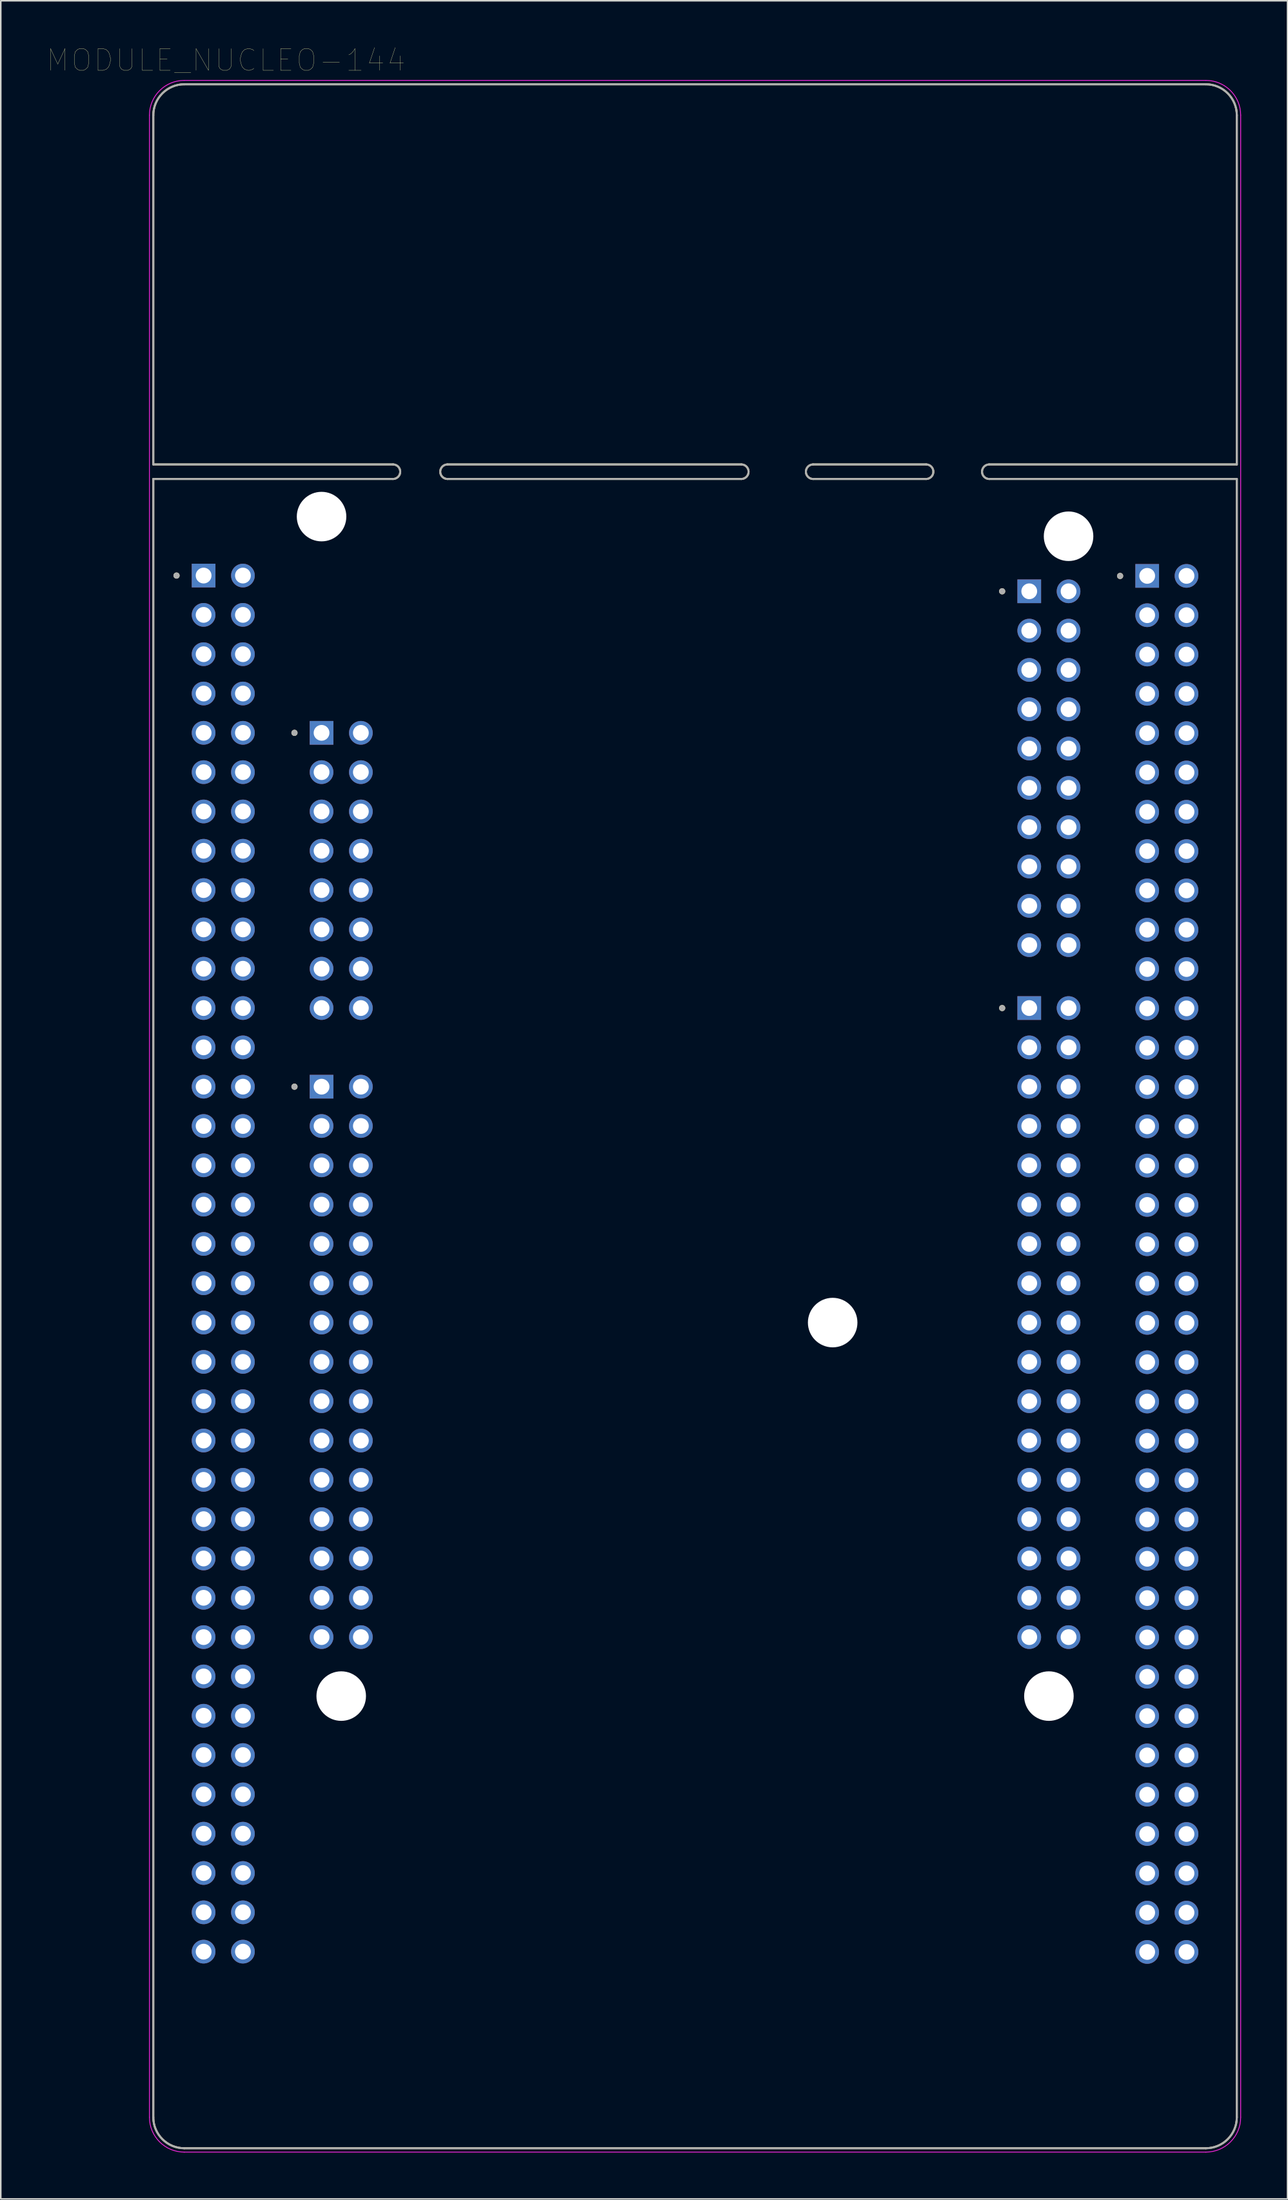
<source format=kicad_pcb>
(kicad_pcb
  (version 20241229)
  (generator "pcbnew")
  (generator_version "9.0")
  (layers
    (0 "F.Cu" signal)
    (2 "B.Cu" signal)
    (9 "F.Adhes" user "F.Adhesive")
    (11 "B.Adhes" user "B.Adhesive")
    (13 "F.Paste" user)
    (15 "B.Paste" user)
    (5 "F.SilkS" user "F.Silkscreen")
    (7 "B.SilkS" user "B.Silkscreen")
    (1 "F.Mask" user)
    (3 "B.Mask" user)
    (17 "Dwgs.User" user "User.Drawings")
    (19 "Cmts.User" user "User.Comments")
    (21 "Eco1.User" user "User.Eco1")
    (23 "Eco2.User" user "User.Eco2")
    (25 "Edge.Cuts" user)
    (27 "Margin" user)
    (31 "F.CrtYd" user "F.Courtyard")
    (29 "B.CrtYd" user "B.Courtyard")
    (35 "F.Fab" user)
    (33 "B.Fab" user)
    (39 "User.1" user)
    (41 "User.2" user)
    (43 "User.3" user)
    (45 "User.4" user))
  (footprint "MODULE_NUCLEO-144"
    (layer "F.Cu")
    (at 41.854 69.064)
    (property "Reference" "MODULE_NUCLEO-144" (at -30.305 -68.219 0) (layer "F.SilkS") (effects (font (size 1.4 1.4) (thickness 0.015))))
    (attr through_hole)
    (fp_line (start -35 -64.67) (end -35 -42.11) (stroke (width 0.127) (type solid)) (layer "F.SilkS"))
    (fp_line (start -35 -42.11) (end -19.507 -42.11) (stroke (width 0.127) (type solid)) (layer "F.SilkS"))
    (fp_line (start -35 -41.17) (end -35 64.67) (stroke (width 0.127) (type solid)) (layer "F.SilkS"))
    (fp_line (start -35 -41.17) (end -19.507 -41.17) (stroke (width 0.127) (type solid)) (layer "F.SilkS"))
    (fp_line (start -33 66.67) (end 33 66.67) (stroke (width 0.127) (type solid)) (layer "F.SilkS"))
    (fp_line (start -16.002 -42.11) (end 2.997 -42.11) (stroke (width 0.127) (type solid)) (layer "F.SilkS"))
    (fp_line (start -16.002 -41.17) (end 2.997 -41.17) (stroke (width 0.127) (type solid)) (layer "F.SilkS"))
    (fp_line (start 7.62 -42.11) (end 14.935 -42.11) (stroke (width 0.127) (type solid)) (layer "F.SilkS"))
    (fp_line (start 7.62 -41.17) (end 14.935 -41.17) (stroke (width 0.127) (type solid)) (layer "F.SilkS"))
    (fp_line (start 18.999 -42.11) (end 35 -42.11) (stroke (width 0.127) (type solid)) (layer "F.SilkS"))
    (fp_line (start 18.999 -41.17) (end 35 -41.17) (stroke (width 0.127) (type solid)) (layer "F.SilkS"))
    (fp_line (start 33 -66.67) (end -33 -66.67) (stroke (width 0.127) (type solid)) (layer "F.SilkS"))
    (fp_line (start 35 -42.11) (end 35 -64.67) (stroke (width 0.127) (type solid)) (layer "F.SilkS"))
    (fp_line (start 35 64.67) (end 35 -41.17) (stroke (width 0.127) (type solid)) (layer "F.SilkS"))
    (fp_arc (start -35 -64.67) (mid -34.414214 -66.084214) (end -33 -66.67) (stroke (width 0.127) (type solid)) (layer "F.SilkS"))
    (fp_arc (start -33 66.67) (mid -34.414214 66.084214) (end -35 64.67) (stroke (width 0.127) (type solid)) (layer "F.SilkS"))
    (fp_arc (start -19.507199 -42.11) (mid -19.044602 -41.64) (end -19.5072 -41.17) (stroke (width 0.127) (type solid)) (layer "F.SilkS"))
    (fp_arc (start -16.002001 -41.17) (mid -16.464598 -41.64) (end -16.002 -42.11) (stroke (width 0.127) (type solid)) (layer "F.SilkS"))
    (fp_arc (start 2.997201 -42.11) (mid 3.459798 -41.64) (end 2.9972 -41.17) (stroke (width 0.127) (type solid)) (layer "F.SilkS"))
    (fp_arc (start 7.619999 -41.17) (mid 7.157402 -41.64) (end 7.62 -42.11) (stroke (width 0.127) (type solid)) (layer "F.SilkS"))
    (fp_arc (start 14.935201 -42.11) (mid 15.397798 -41.64) (end 14.9352 -41.17) (stroke (width 0.127) (type solid)) (layer "F.SilkS"))
    (fp_arc (start 18.999199 -41.17) (mid 18.536602 -41.64) (end 18.9992 -42.11) (stroke (width 0.127) (type solid)) (layer "F.SilkS"))
    (fp_arc (start 33 -66.67) (mid 34.414214 -66.084214) (end 35 -64.67) (stroke (width 0.127) (type solid)) (layer "F.SilkS"))
    (fp_arc (start 35 64.67) (mid 34.414214 66.084214) (end 33 66.67) (stroke (width 0.127) (type solid)) (layer "F.SilkS"))
    (fp_circle (center -33.5 -34.93) (end -33.4 -34.93) (stroke (width 0.2) (type solid)) (fill no) (layer "F.SilkS"))
    (fp_circle (center -25.88 -24.77) (end -25.78 -24.77) (stroke (width 0.2) (type solid)) (fill no) (layer "F.SilkS"))
    (fp_circle (center -25.88 -1.91) (end -25.78 -1.91) (stroke (width 0.2) (type solid)) (fill no) (layer "F.SilkS"))
    (fp_circle (center 19.84 -33.914) (end 19.94 -33.914) (stroke (width 0.2) (type solid)) (fill no) (layer "F.SilkS"))
    (fp_circle (center 19.84 -6.99) (end 19.94 -6.99) (stroke (width 0.2) (type solid)) (fill no) (layer "F.SilkS"))
    (fp_circle (center 27.46 -34.905) (end 27.56 -34.905) (stroke (width 0.2) (type solid)) (fill no) (layer "F.SilkS"))
    (fp_line (start -35.25 -64.67) (end -35.25 64.67) (stroke (width 0.05) (type solid)) (layer "F.CrtYd"))
    (fp_line (start -33 66.92) (end 33 66.92) (stroke (width 0.05) (type solid)) (layer "F.CrtYd"))
    (fp_line (start 33 -66.92) (end -33 -66.92) (stroke (width 0.05) (type solid)) (layer "F.CrtYd"))
    (fp_line (start 35.25 64.67) (end 35.25 -64.67) (stroke (width 0.05) (type solid)) (layer "F.CrtYd"))
    (fp_arc (start -35.25 -64.67) (mid -34.59099 -66.26099) (end -33 -66.92) (stroke (width 0.05) (type solid)) (layer "F.CrtYd"))
    (fp_arc (start -33 66.92) (mid -34.59099 66.26099) (end -35.25 64.67) (stroke (width 0.05) (type solid)) (layer "F.CrtYd"))
    (fp_arc (start 33 -66.92) (mid 34.59099 -66.26099) (end 35.25 -64.67) (stroke (width 0.05) (type solid)) (layer "F.CrtYd"))
    (fp_arc (start 35.25 64.67) (mid 34.59099 66.26099) (end 33 66.92) (stroke (width 0.05) (type solid)) (layer "F.CrtYd"))
    (fp_line (start -35 -64.67) (end -35 -42.11) (stroke (width 0.127) (type solid)) (layer "F.Fab"))
    (fp_line (start -35 -42.11) (end -19.507 -42.11) (stroke (width 0.127) (type solid)) (layer "F.Fab"))
    (fp_line (start -35 -41.17) (end -35 64.67) (stroke (width 0.127) (type solid)) (layer "F.Fab"))
    (fp_line (start -35 -41.17) (end -19.507 -41.17) (stroke (width 0.127) (type solid)) (layer "F.Fab"))
    (fp_line (start -33 66.67) (end 33 66.67) (stroke (width 0.127) (type solid)) (layer "F.Fab"))
    (fp_line (start -16.002 -42.11) (end 2.997 -42.11) (stroke (width 0.127) (type solid)) (layer "F.Fab"))
    (fp_line (start -16.002 -41.17) (end 2.997 -41.17) (stroke (width 0.127) (type solid)) (layer "F.Fab"))
    (fp_line (start 7.62 -42.11) (end 14.935 -42.11) (stroke (width 0.127) (type solid)) (layer "F.Fab"))
    (fp_line (start 7.62 -41.17) (end 14.935 -41.17) (stroke (width 0.127) (type solid)) (layer "F.Fab"))
    (fp_line (start 18.999 -42.11) (end 35 -42.11) (stroke (width 0.127) (type solid)) (layer "F.Fab"))
    (fp_line (start 18.999 -41.17) (end 35 -41.17) (stroke (width 0.127) (type solid)) (layer "F.Fab"))
    (fp_line (start 33 -66.67) (end -33 -66.67) (stroke (width 0.127) (type solid)) (layer "F.Fab"))
    (fp_line (start 35 -42.11) (end 35 -64.67) (stroke (width 0.127) (type solid)) (layer "F.Fab"))
    (fp_line (start 35 64.67) (end 35 -41.17) (stroke (width 0.127) (type solid)) (layer "F.Fab"))
    (fp_arc (start -35 -64.67) (mid -34.414214 -66.084214) (end -33 -66.67) (stroke (width 0.127) (type solid)) (layer "F.Fab"))
    (fp_arc (start -33 66.67) (mid -34.414214 66.084214) (end -35 64.67) (stroke (width 0.127) (type solid)) (layer "F.Fab"))
    (fp_arc (start -19.507199 -42.11) (mid -19.044602 -41.64) (end -19.5072 -41.17) (stroke (width 0.127) (type solid)) (layer "F.Fab"))
    (fp_arc (start -16.002001 -41.17) (mid -16.464598 -41.64) (end -16.002 -42.11) (stroke (width 0.127) (type solid)) (layer "F.Fab"))
    (fp_arc (start 2.997201 -42.11) (mid 3.459798 -41.64) (end 2.9972 -41.17) (stroke (width 0.127) (type solid)) (layer "F.Fab"))
    (fp_arc (start 7.619999 -41.17) (mid 7.157402 -41.64) (end 7.62 -42.11) (stroke (width 0.127) (type solid)) (layer "F.Fab"))
    (fp_arc (start 14.935201 -42.11) (mid 15.397798 -41.64) (end 14.9352 -41.17) (stroke (width 0.127) (type solid)) (layer "F.Fab"))
    (fp_arc (start 18.999199 -41.17) (mid 18.536602 -41.64) (end 18.9992 -42.11) (stroke (width 0.127) (type solid)) (layer "F.Fab"))
    (fp_arc (start 33 -66.67) (mid 34.414214 -66.084214) (end 35 -64.67) (stroke (width 0.127) (type solid)) (layer "F.Fab"))
    (fp_arc (start 35 64.67) (mid 34.414214 66.084214) (end 33 66.67) (stroke (width 0.127) (type solid)) (layer "F.Fab"))
    (fp_circle (center -33.5 -34.93) (end -33.4 -34.93) (stroke (width 0.2) (type solid)) (fill no) (layer "F.Fab"))
    (fp_circle (center -25.88 -24.77) (end -25.78 -24.77) (stroke (width 0.2) (type solid)) (fill no) (layer "F.Fab"))
    (fp_circle (center -25.88 -1.91) (end -25.78 -1.91) (stroke (width 0.2) (type solid)) (fill no) (layer "F.Fab"))
    (fp_circle (center 19.84 -33.914) (end 19.94 -33.914) (stroke (width 0.2) (type solid)) (fill no) (layer "F.Fab"))
    (fp_circle (center 19.84 -6.99) (end 19.94 -6.99) (stroke (width 0.2) (type solid)) (fill no) (layer "F.Fab"))
    (fp_circle (center 27.46 -34.905) (end 27.56 -34.905) (stroke (width 0.2) (type solid)) (fill no) (layer "F.Fab"))
    (pad "" np_thru_hole circle (at -24.13 -38.74) (size 3.2 3.2) (drill 3.2) (layers "*.Cu" "*.Mask"))
    (pad "" np_thru_hole circle (at -22.86 37.46) (size 3.2 3.2) (drill 3.2) (layers "*.Cu" "*.Mask"))
    (pad "" np_thru_hole circle (at 8.89 13.33) (size 3.2 3.2) (drill 3.2) (layers "*.Cu" "*.Mask"))
    (pad "" np_thru_hole circle (at 22.86 37.46) (size 3.2 3.2) (drill 3.2) (layers "*.Cu" "*.Mask"))
    (pad "" np_thru_hole circle (at 24.13 -37.47) (size 3.2 3.2) (drill 3.2) (layers "*.Cu" "*.Mask"))
    (pad "CN7_1" thru_hole rect (at 21.59 -33.914) (size 1.53 1.53) (drill 1.02) (layers "*.Cu" "*.Mask"))
    (pad "CN7_2" thru_hole circle (at 24.13 -33.914) (size 1.53 1.53) (drill 1.02) (layers "*.Cu" "*.Mask"))
    (pad "CN7_3" thru_hole circle (at 21.59 -31.374) (size 1.53 1.53) (drill 1.02) (layers "*.Cu" "*.Mask"))
    (pad "CN7_4" thru_hole circle (at 24.13 -31.374) (size 1.53 1.53) (drill 1.02) (layers "*.Cu" "*.Mask"))
    (pad "CN7_5" thru_hole circle (at 21.59 -28.834) (size 1.53 1.53) (drill 1.02) (layers "*.Cu" "*.Mask"))
    (pad "CN7_6" thru_hole circle (at 24.13 -28.834) (size 1.53 1.53) (drill 1.02) (layers "*.Cu" "*.Mask"))
    (pad "CN7_7" thru_hole circle (at 21.59 -26.294) (size 1.53 1.53) (drill 1.02) (layers "*.Cu" "*.Mask"))
    (pad "CN7_8" thru_hole circle (at 24.13 -26.294) (size 1.53 1.53) (drill 1.02) (layers "*.Cu" "*.Mask"))
    (pad "CN7_9" thru_hole circle (at 21.59 -23.754) (size 1.53 1.53) (drill 1.02) (layers "*.Cu" "*.Mask"))
    (pad "CN7_10" thru_hole circle (at 24.13 -23.754) (size 1.53 1.53) (drill 1.02) (layers "*.Cu" "*.Mask"))
    (pad "CN7_11" thru_hole circle (at 21.59 -21.214) (size 1.53 1.53) (drill 1.02) (layers "*.Cu" "*.Mask"))
    (pad "CN7_12" thru_hole circle (at 24.13 -21.214) (size 1.53 1.53) (drill 1.02) (layers "*.Cu" "*.Mask"))
    (pad "CN7_13" thru_hole circle (at 21.59 -18.674) (size 1.53 1.53) (drill 1.02) (layers "*.Cu" "*.Mask"))
    (pad "CN7_14" thru_hole circle (at 24.13 -18.674) (size 1.53 1.53) (drill 1.02) (layers "*.Cu" "*.Mask"))
    (pad "CN7_15" thru_hole circle (at 21.59 -16.134) (size 1.53 1.53) (drill 1.02) (layers "*.Cu" "*.Mask"))
    (pad "CN7_16" thru_hole circle (at 24.13 -16.134) (size 1.53 1.53) (drill 1.02) (layers "*.Cu" "*.Mask"))
    (pad "CN7_17" thru_hole circle (at 21.59 -13.594) (size 1.53 1.53) (drill 1.02) (layers "*.Cu" "*.Mask"))
    (pad "CN7_18" thru_hole circle (at 24.13 -13.594) (size 1.53 1.53) (drill 1.02) (layers "*.Cu" "*.Mask"))
    (pad "CN7_19" thru_hole circle (at 21.59 -11.054) (size 1.53 1.53) (drill 1.02) (layers "*.Cu" "*.Mask"))
    (pad "CN7_20" thru_hole circle (at 24.13 -11.054) (size 1.53 1.53) (drill 1.02) (layers "*.Cu" "*.Mask"))
    (pad "CN8_1" thru_hole rect (at -24.13 -24.77) (size 1.53 1.53) (drill 1.02) (layers "*.Cu" "*.Mask"))
    (pad "CN8_2" thru_hole circle (at -21.59 -24.77) (size 1.53 1.53) (drill 1.02) (layers "*.Cu" "*.Mask"))
    (pad "CN8_3" thru_hole circle (at -24.13 -22.23) (size 1.53 1.53) (drill 1.02) (layers "*.Cu" "*.Mask"))
    (pad "CN8_4" thru_hole circle (at -21.59 -22.23) (size 1.53 1.53) (drill 1.02) (layers "*.Cu" "*.Mask"))
    (pad "CN8_5" thru_hole circle (at -24.13 -19.69) (size 1.53 1.53) (drill 1.02) (layers "*.Cu" "*.Mask"))
    (pad "CN8_6" thru_hole circle (at -21.59 -19.69) (size 1.53 1.53) (drill 1.02) (layers "*.Cu" "*.Mask"))
    (pad "CN8_7" thru_hole circle (at -24.13 -17.15) (size 1.53 1.53) (drill 1.02) (layers "*.Cu" "*.Mask"))
    (pad "CN8_8" thru_hole circle (at -21.59 -17.15) (size 1.53 1.53) (drill 1.02) (layers "*.Cu" "*.Mask"))
    (pad "CN8_9" thru_hole circle (at -24.13 -14.61) (size 1.53 1.53) (drill 1.02) (layers "*.Cu" "*.Mask"))
    (pad "CN8_10" thru_hole circle (at -21.59 -14.61) (size 1.53 1.53) (drill 1.02) (layers "*.Cu" "*.Mask"))
    (pad "CN8_11" thru_hole circle (at -24.13 -12.07) (size 1.53 1.53) (drill 1.02) (layers "*.Cu" "*.Mask"))
    (pad "CN8_12" thru_hole circle (at -21.59 -12.07) (size 1.53 1.53) (drill 1.02) (layers "*.Cu" "*.Mask"))
    (pad "CN8_13" thru_hole circle (at -24.13 -9.53) (size 1.53 1.53) (drill 1.02) (layers "*.Cu" "*.Mask"))
    (pad "CN8_14" thru_hole circle (at -21.59 -9.53) (size 1.53 1.53) (drill 1.02) (layers "*.Cu" "*.Mask"))
    (pad "CN8_15" thru_hole circle (at -24.13 -6.99) (size 1.53 1.53) (drill 1.02) (layers "*.Cu" "*.Mask"))
    (pad "CN8_16" thru_hole circle (at -21.59 -6.99) (size 1.53 1.53) (drill 1.02) (layers "*.Cu" "*.Mask"))
    (pad "CN9_1" thru_hole rect (at -24.13 -1.91) (size 1.53 1.53) (drill 1.02) (layers "*.Cu" "*.Mask"))
    (pad "CN9_2" thru_hole circle (at -21.59 -1.91) (size 1.53 1.53) (drill 1.02) (layers "*.Cu" "*.Mask"))
    (pad "CN9_3" thru_hole circle (at -24.13 0.63) (size 1.53 1.53) (drill 1.02) (layers "*.Cu" "*.Mask"))
    (pad "CN9_4" thru_hole circle (at -21.59 0.63) (size 1.53 1.53) (drill 1.02) (layers "*.Cu" "*.Mask"))
    (pad "CN9_5" thru_hole circle (at -24.13 3.17) (size 1.53 1.53) (drill 1.02) (layers "*.Cu" "*.Mask"))
    (pad "CN9_6" thru_hole circle (at -21.59 3.17) (size 1.53 1.53) (drill 1.02) (layers "*.Cu" "*.Mask"))
    (pad "CN9_7" thru_hole circle (at -24.13 5.71) (size 1.53 1.53) (drill 1.02) (layers "*.Cu" "*.Mask"))
    (pad "CN9_8" thru_hole circle (at -21.59 5.71) (size 1.53 1.53) (drill 1.02) (layers "*.Cu" "*.Mask"))
    (pad "CN9_9" thru_hole circle (at -24.13 8.25) (size 1.53 1.53) (drill 1.02) (layers "*.Cu" "*.Mask"))
    (pad "CN9_10" thru_hole circle (at -21.59 8.25) (size 1.53 1.53) (drill 1.02) (layers "*.Cu" "*.Mask"))
    (pad "CN9_11" thru_hole circle (at -24.13 10.79) (size 1.53 1.53) (drill 1.02) (layers "*.Cu" "*.Mask"))
    (pad "CN9_12" thru_hole circle (at -21.59 10.79) (size 1.53 1.53) (drill 1.02) (layers "*.Cu" "*.Mask"))
    (pad "CN9_13" thru_hole circle (at -24.13 13.33) (size 1.53 1.53) (drill 1.02) (layers "*.Cu" "*.Mask"))
    (pad "CN9_14" thru_hole circle (at -21.59 13.33) (size 1.53 1.53) (drill 1.02) (layers "*.Cu" "*.Mask"))
    (pad "CN9_15" thru_hole circle (at -24.13 15.87) (size 1.53 1.53) (drill 1.02) (layers "*.Cu" "*.Mask"))
    (pad "CN9_16" thru_hole circle (at -21.59 15.87) (size 1.53 1.53) (drill 1.02) (layers "*.Cu" "*.Mask"))
    (pad "CN9_17" thru_hole circle (at -24.13 18.41) (size 1.53 1.53) (drill 1.02) (layers "*.Cu" "*.Mask"))
    (pad "CN9_18" thru_hole circle (at -21.59 18.41) (size 1.53 1.53) (drill 1.02) (layers "*.Cu" "*.Mask"))
    (pad "CN9_19" thru_hole circle (at -24.13 20.95) (size 1.53 1.53) (drill 1.02) (layers "*.Cu" "*.Mask"))
    (pad "CN9_20" thru_hole circle (at -21.59 20.95) (size 1.53 1.53) (drill 1.02) (layers "*.Cu" "*.Mask"))
    (pad "CN9_21" thru_hole circle (at -24.13 23.49) (size 1.53 1.53) (drill 1.02) (layers "*.Cu" "*.Mask"))
    (pad "CN9_22" thru_hole circle (at -21.59 23.49) (size 1.53 1.53) (drill 1.02) (layers "*.Cu" "*.Mask"))
    (pad "CN9_23" thru_hole circle (at -24.13 26.03) (size 1.53 1.53) (drill 1.02) (layers "*.Cu" "*.Mask"))
    (pad "CN9_24" thru_hole circle (at -21.59 26.03) (size 1.53 1.53) (drill 1.02) (layers "*.Cu" "*.Mask"))
    (pad "CN9_25" thru_hole circle (at -24.13 28.57) (size 1.53 1.53) (drill 1.02) (layers "*.Cu" "*.Mask"))
    (pad "CN9_26" thru_hole circle (at -21.59 28.57) (size 1.53 1.53) (drill 1.02) (layers "*.Cu" "*.Mask"))
    (pad "CN9_27" thru_hole circle (at -24.13 31.11) (size 1.53 1.53) (drill 1.02) (layers "*.Cu" "*.Mask"))
    (pad "CN9_28" thru_hole circle (at -21.59 31.11) (size 1.53 1.53) (drill 1.02) (layers "*.Cu" "*.Mask"))
    (pad "CN9_29" thru_hole circle (at -24.13 33.65) (size 1.53 1.53) (drill 1.02) (layers "*.Cu" "*.Mask"))
    (pad "CN9_30" thru_hole circle (at -21.59 33.65) (size 1.53 1.53) (drill 1.02) (layers "*.Cu" "*.Mask"))
    (pad "CN10_1" thru_hole rect (at 21.59 -6.99) (size 1.53 1.53) (drill 1.02) (layers "*.Cu" "*.Mask"))
    (pad "CN10_2" thru_hole circle (at 24.13 -6.99) (size 1.53 1.53) (drill 1.02) (layers "*.Cu" "*.Mask"))
    (pad "CN10_3" thru_hole circle (at 21.59 -4.45) (size 1.53 1.53) (drill 1.02) (layers "*.Cu" "*.Mask"))
    (pad "CN10_4" thru_hole circle (at 24.13 -4.45) (size 1.53 1.53) (drill 1.02) (layers "*.Cu" "*.Mask"))
    (pad "CN10_5" thru_hole circle (at 21.59 -1.91) (size 1.53 1.53) (drill 1.02) (layers "*.Cu" "*.Mask"))
    (pad "CN10_6" thru_hole circle (at 24.13 -1.91) (size 1.53 1.53) (drill 1.02) (layers "*.Cu" "*.Mask"))
    (pad "CN10_7" thru_hole circle (at 21.59 0.63) (size 1.53 1.53) (drill 1.02) (layers "*.Cu" "*.Mask"))
    (pad "CN10_8" thru_hole circle (at 24.13 0.63) (size 1.53 1.53) (drill 1.02) (layers "*.Cu" "*.Mask"))
    (pad "CN10_9" thru_hole circle (at 21.59 3.17) (size 1.53 1.53) (drill 1.02) (layers "*.Cu" "*.Mask"))
    (pad "CN10_10" thru_hole circle (at 24.13 3.17) (size 1.53 1.53) (drill 1.02) (layers "*.Cu" "*.Mask"))
    (pad "CN10_11" thru_hole circle (at 21.59 5.71) (size 1.53 1.53) (drill 1.02) (layers "*.Cu" "*.Mask"))
    (pad "CN10_12" thru_hole circle (at 24.13 5.71) (size 1.53 1.53) (drill 1.02) (layers "*.Cu" "*.Mask"))
    (pad "CN10_13" thru_hole circle (at 21.59 8.25) (size 1.53 1.53) (drill 1.02) (layers "*.Cu" "*.Mask"))
    (pad "CN10_14" thru_hole circle (at 24.13 8.25) (size 1.53 1.53) (drill 1.02) (layers "*.Cu" "*.Mask"))
    (pad "CN10_15" thru_hole circle (at 21.59 10.79) (size 1.53 1.53) (drill 1.02) (layers "*.Cu" "*.Mask"))
    (pad "CN10_16" thru_hole circle (at 24.13 10.79) (size 1.53 1.53) (drill 1.02) (layers "*.Cu" "*.Mask"))
    (pad "CN10_17" thru_hole circle (at 21.59 13.33) (size 1.53 1.53) (drill 1.02) (layers "*.Cu" "*.Mask"))
    (pad "CN10_18" thru_hole circle (at 24.13 13.33) (size 1.53 1.53) (drill 1.02) (layers "*.Cu" "*.Mask"))
    (pad "CN10_19" thru_hole circle (at 21.59 15.87) (size 1.53 1.53) (drill 1.02) (layers "*.Cu" "*.Mask"))
    (pad "CN10_20" thru_hole circle (at 24.13 15.87) (size 1.53 1.53) (drill 1.02) (layers "*.Cu" "*.Mask"))
    (pad "CN10_21" thru_hole circle (at 21.59 18.41) (size 1.53 1.53) (drill 1.02) (layers "*.Cu" "*.Mask"))
    (pad "CN10_22" thru_hole circle (at 24.13 18.41) (size 1.53 1.53) (drill 1.02) (layers "*.Cu" "*.Mask"))
    (pad "CN10_23" thru_hole circle (at 21.59 20.95) (size 1.53 1.53) (drill 1.02) (layers "*.Cu" "*.Mask"))
    (pad "CN10_24" thru_hole circle (at 24.13 20.95) (size 1.53 1.53) (drill 1.02) (layers "*.Cu" "*.Mask"))
    (pad "CN10_25" thru_hole circle (at 21.59 23.49) (size 1.53 1.53) (drill 1.02) (layers "*.Cu" "*.Mask"))
    (pad "CN10_26" thru_hole circle (at 24.13 23.49) (size 1.53 1.53) (drill 1.02) (layers "*.Cu" "*.Mask"))
    (pad "CN10_27" thru_hole circle (at 21.59 26.03) (size 1.53 1.53) (drill 1.02) (layers "*.Cu" "*.Mask"))
    (pad "CN10_28" thru_hole circle (at 24.13 26.03) (size 1.53 1.53) (drill 1.02) (layers "*.Cu" "*.Mask"))
    (pad "CN10_29" thru_hole circle (at 21.59 28.57) (size 1.53 1.53) (drill 1.02) (layers "*.Cu" "*.Mask"))
    (pad "CN10_30" thru_hole circle (at 24.13 28.57) (size 1.53 1.53) (drill 1.02) (layers "*.Cu" "*.Mask"))
    (pad "CN10_31" thru_hole circle (at 21.59 31.11) (size 1.53 1.53) (drill 1.02) (layers "*.Cu" "*.Mask"))
    (pad "CN10_32" thru_hole circle (at 24.13 31.11) (size 1.53 1.53) (drill 1.02) (layers "*.Cu" "*.Mask"))
    (pad "CN10_33" thru_hole circle (at 21.59 33.65) (size 1.53 1.53) (drill 1.02) (layers "*.Cu" "*.Mask"))
    (pad "CN10_34" thru_hole circle (at 24.13 33.65) (size 1.53 1.53) (drill 1.02) (layers "*.Cu" "*.Mask"))
    (pad "CN11_1" thru_hole rect (at -31.75 -34.93) (size 1.53 1.53) (drill 1.02) (layers "*.Cu" "*.Mask"))
    (pad "CN11_2" thru_hole circle (at -29.21 -34.93) (size 1.53 1.53) (drill 1.02) (layers "*.Cu" "*.Mask"))
    (pad "CN11_3" thru_hole circle (at -31.75 -32.39) (size 1.53 1.53) (drill 1.02) (layers "*.Cu" "*.Mask"))
    (pad "CN11_4" thru_hole circle (at -29.21 -32.39) (size 1.53 1.53) (drill 1.02) (layers "*.Cu" "*.Mask"))
    (pad "CN11_5" thru_hole circle (at -31.75 -29.85) (size 1.53 1.53) (drill 1.02) (layers "*.Cu" "*.Mask"))
    (pad "CN11_6" thru_hole circle (at -29.21 -29.85) (size 1.53 1.53) (drill 1.02) (layers "*.Cu" "*.Mask"))
    (pad "CN11_7" thru_hole circle (at -31.75 -27.31) (size 1.53 1.53) (drill 1.02) (layers "*.Cu" "*.Mask"))
    (pad "CN11_8" thru_hole circle (at -29.21 -27.31) (size 1.53 1.53) (drill 1.02) (layers "*.Cu" "*.Mask"))
    (pad "CN11_9" thru_hole circle (at -31.75 -24.77) (size 1.53 1.53) (drill 1.02) (layers "*.Cu" "*.Mask"))
    (pad "CN11_10" thru_hole circle (at -29.21 -24.77) (size 1.53 1.53) (drill 1.02) (layers "*.Cu" "*.Mask"))
    (pad "CN11_11" thru_hole circle (at -31.75 -22.23) (size 1.53 1.53) (drill 1.02) (layers "*.Cu" "*.Mask"))
    (pad "CN11_12" thru_hole circle (at -29.21 -22.23) (size 1.53 1.53) (drill 1.02) (layers "*.Cu" "*.Mask"))
    (pad "CN11_13" thru_hole circle (at -31.75 -19.69) (size 1.53 1.53) (drill 1.02) (layers "*.Cu" "*.Mask"))
    (pad "CN11_14" thru_hole circle (at -29.21 -19.69) (size 1.53 1.53) (drill 1.02) (layers "*.Cu" "*.Mask"))
    (pad "CN11_15" thru_hole circle (at -31.75 -17.15) (size 1.53 1.53) (drill 1.02) (layers "*.Cu" "*.Mask"))
    (pad "CN11_16" thru_hole circle (at -29.21 -17.15) (size 1.53 1.53) (drill 1.02) (layers "*.Cu" "*.Mask"))
    (pad "CN11_17" thru_hole circle (at -31.75 -14.61) (size 1.53 1.53) (drill 1.02) (layers "*.Cu" "*.Mask"))
    (pad "CN11_18" thru_hole circle (at -29.21 -14.61) (size 1.53 1.53) (drill 1.02) (layers "*.Cu" "*.Mask"))
    (pad "CN11_19" thru_hole circle (at -31.75 -12.07) (size 1.53 1.53) (drill 1.02) (layers "*.Cu" "*.Mask"))
    (pad "CN11_20" thru_hole circle (at -29.21 -12.07) (size 1.53 1.53) (drill 1.02) (layers "*.Cu" "*.Mask"))
    (pad "CN11_21" thru_hole circle (at -31.75 -9.53) (size 1.53 1.53) (drill 1.02) (layers "*.Cu" "*.Mask"))
    (pad "CN11_22" thru_hole circle (at -29.21 -9.53) (size 1.53 1.53) (drill 1.02) (layers "*.Cu" "*.Mask"))
    (pad "CN11_23" thru_hole circle (at -31.75 -6.99) (size 1.53 1.53) (drill 1.02) (layers "*.Cu" "*.Mask"))
    (pad "CN11_24" thru_hole circle (at -29.21 -6.99) (size 1.53 1.53) (drill 1.02) (layers "*.Cu" "*.Mask"))
    (pad "CN11_25" thru_hole circle (at -31.75 -4.45) (size 1.53 1.53) (drill 1.02) (layers "*.Cu" "*.Mask"))
    (pad "CN11_26" thru_hole circle (at -29.21 -4.45) (size 1.53 1.53) (drill 1.02) (layers "*.Cu" "*.Mask"))
    (pad "CN11_27" thru_hole circle (at -31.75 -1.91) (size 1.53 1.53) (drill 1.02) (layers "*.Cu" "*.Mask"))
    (pad "CN11_28" thru_hole circle (at -29.21 -1.91) (size 1.53 1.53) (drill 1.02) (layers "*.Cu" "*.Mask"))
    (pad "CN11_29" thru_hole circle (at -31.75 0.63) (size 1.53 1.53) (drill 1.02) (layers "*.Cu" "*.Mask"))
    (pad "CN11_30" thru_hole circle (at -29.21 0.63) (size 1.53 1.53) (drill 1.02) (layers "*.Cu" "*.Mask"))
    (pad "CN11_31" thru_hole circle (at -31.75 3.17) (size 1.53 1.53) (drill 1.02) (layers "*.Cu" "*.Mask"))
    (pad "CN11_32" thru_hole circle (at -29.21 3.17) (size 1.53 1.53) (drill 1.02) (layers "*.Cu" "*.Mask"))
    (pad "CN11_33" thru_hole circle (at -31.75 5.71) (size 1.53 1.53) (drill 1.02) (layers "*.Cu" "*.Mask"))
    (pad "CN11_34" thru_hole circle (at -29.21 5.71) (size 1.53 1.53) (drill 1.02) (layers "*.Cu" "*.Mask"))
    (pad "CN11_35" thru_hole circle (at -31.75 8.25) (size 1.53 1.53) (drill 1.02) (layers "*.Cu" "*.Mask"))
    (pad "CN11_36" thru_hole circle (at -29.21 8.25) (size 1.53 1.53) (drill 1.02) (layers "*.Cu" "*.Mask"))
    (pad "CN11_37" thru_hole circle (at -31.75 10.79) (size 1.53 1.53) (drill 1.02) (layers "*.Cu" "*.Mask"))
    (pad "CN11_38" thru_hole circle (at -29.21 10.79) (size 1.53 1.53) (drill 1.02) (layers "*.Cu" "*.Mask"))
    (pad "CN11_39" thru_hole circle (at -31.75 13.33) (size 1.53 1.53) (drill 1.02) (layers "*.Cu" "*.Mask"))
    (pad "CN11_40" thru_hole circle (at -29.21 13.33) (size 1.53 1.53) (drill 1.02) (layers "*.Cu" "*.Mask"))
    (pad "CN11_41" thru_hole circle (at -31.75 15.87) (size 1.53 1.53) (drill 1.02) (layers "*.Cu" "*.Mask"))
    (pad "CN11_42" thru_hole circle (at -29.21 15.87) (size 1.53 1.53) (drill 1.02) (layers "*.Cu" "*.Mask"))
    (pad "CN11_43" thru_hole circle (at -31.75 18.41) (size 1.53 1.53) (drill 1.02) (layers "*.Cu" "*.Mask"))
    (pad "CN11_44" thru_hole circle (at -29.21 18.41) (size 1.53 1.53) (drill 1.02) (layers "*.Cu" "*.Mask"))
    (pad "CN11_45" thru_hole circle (at -31.75 20.95) (size 1.53 1.53) (drill 1.02) (layers "*.Cu" "*.Mask"))
    (pad "CN11_46" thru_hole circle (at -29.21 20.95) (size 1.53 1.53) (drill 1.02) (layers "*.Cu" "*.Mask"))
    (pad "CN11_47" thru_hole circle (at -31.75 23.49) (size 1.53 1.53) (drill 1.02) (layers "*.Cu" "*.Mask"))
    (pad "CN11_48" thru_hole circle (at -29.21 23.49) (size 1.53 1.53) (drill 1.02) (layers "*.Cu" "*.Mask"))
    (pad "CN11_49" thru_hole circle (at -31.75 26.03) (size 1.53 1.53) (drill 1.02) (layers "*.Cu" "*.Mask"))
    (pad "CN11_50" thru_hole circle (at -29.21 26.03) (size 1.53 1.53) (drill 1.02) (layers "*.Cu" "*.Mask"))
    (pad "CN11_51" thru_hole circle (at -31.75 28.57) (size 1.53 1.53) (drill 1.02) (layers "*.Cu" "*.Mask"))
    (pad "CN11_52" thru_hole circle (at -29.21 28.57) (size 1.53 1.53) (drill 1.02) (layers "*.Cu" "*.Mask"))
    (pad "CN11_53" thru_hole circle (at -31.75 31.11) (size 1.53 1.53) (drill 1.02) (layers "*.Cu" "*.Mask"))
    (pad "CN11_54" thru_hole circle (at -29.21 31.11) (size 1.53 1.53) (drill 1.02) (layers "*.Cu" "*.Mask"))
    (pad "CN11_55" thru_hole circle (at -31.75 33.65) (size 1.53 1.53) (drill 1.02) (layers "*.Cu" "*.Mask"))
    (pad "CN11_56" thru_hole circle (at -29.21 33.65) (size 1.53 1.53) (drill 1.02) (layers "*.Cu" "*.Mask"))
    (pad "CN11_57" thru_hole circle (at -31.75 36.19) (size 1.53 1.53) (drill 1.02) (layers "*.Cu" "*.Mask"))
    (pad "CN11_58" thru_hole circle (at -29.21 36.19) (size 1.53 1.53) (drill 1.02) (layers "*.Cu" "*.Mask"))
    (pad "CN11_59" thru_hole circle (at -31.75 38.73) (size 1.53 1.53) (drill 1.02) (layers "*.Cu" "*.Mask"))
    (pad "CN11_60" thru_hole circle (at -29.21 38.73) (size 1.53 1.53) (drill 1.02) (layers "*.Cu" "*.Mask"))
    (pad "CN11_61" thru_hole circle (at -31.75 41.27) (size 1.53 1.53) (drill 1.02) (layers "*.Cu" "*.Mask"))
    (pad "CN11_62" thru_hole circle (at -29.21 41.27) (size 1.53 1.53) (drill 1.02) (layers "*.Cu" "*.Mask"))
    (pad "CN11_63" thru_hole circle (at -31.75 43.81) (size 1.53 1.53) (drill 1.02) (layers "*.Cu" "*.Mask"))
    (pad "CN11_64" thru_hole circle (at -29.21 43.81) (size 1.53 1.53) (drill 1.02) (layers "*.Cu" "*.Mask"))
    (pad "CN11_65" thru_hole circle (at -31.75 46.35) (size 1.53 1.53) (drill 1.02) (layers "*.Cu" "*.Mask"))
    (pad "CN11_66" thru_hole circle (at -29.21 46.35) (size 1.53 1.53) (drill 1.02) (layers "*.Cu" "*.Mask"))
    (pad "CN11_67" thru_hole circle (at -31.75 48.89) (size 1.53 1.53) (drill 1.02) (layers "*.Cu" "*.Mask"))
    (pad "CN11_68" thru_hole circle (at -29.21 48.89) (size 1.53 1.53) (drill 1.02) (layers "*.Cu" "*.Mask"))
    (pad "CN11_69" thru_hole circle (at -31.75 51.43) (size 1.53 1.53) (drill 1.02) (layers "*.Cu" "*.Mask"))
    (pad "CN11_70" thru_hole circle (at -29.21 51.43) (size 1.53 1.53) (drill 1.02) (layers "*.Cu" "*.Mask"))
    (pad "CN11_71" thru_hole circle (at -31.75 53.97) (size 1.53 1.53) (drill 1.02) (layers "*.Cu" "*.Mask"))
    (pad "CN11_72" thru_hole circle (at -29.21 53.97) (size 1.53 1.53) (drill 1.02) (layers "*.Cu" "*.Mask"))
    (pad "CN12_1" thru_hole rect (at 29.21 -34.91) (size 1.53 1.53) (drill 1.02) (layers "*.Cu" "*.Mask"))
    (pad "CN12_2" thru_hole circle (at 31.75 -34.91) (size 1.53 1.53) (drill 1.02) (layers "*.Cu" "*.Mask"))
    (pad "CN12_3" thru_hole circle (at 29.21 -32.37) (size 1.53 1.53) (drill 1.02) (layers "*.Cu" "*.Mask"))
    (pad "CN12_4" thru_hole circle (at 31.75 -32.37) (size 1.53 1.53) (drill 1.02) (layers "*.Cu" "*.Mask"))
    (pad "CN12_5" thru_hole circle (at 29.21 -29.83) (size 1.53 1.53) (drill 1.02) (layers "*.Cu" "*.Mask"))
    (pad "CN12_6" thru_hole circle (at 31.75 -29.83) (size 1.53 1.53) (drill 1.02) (layers "*.Cu" "*.Mask"))
    (pad "CN12_7" thru_hole circle (at 29.21 -27.29) (size 1.53 1.53) (drill 1.02) (layers "*.Cu" "*.Mask"))
    (pad "CN12_8" thru_hole circle (at 31.75 -27.29) (size 1.53 1.53) (drill 1.02) (layers "*.Cu" "*.Mask"))
    (pad "CN12_9" thru_hole circle (at 29.21 -24.75) (size 1.53 1.53) (drill 1.02) (layers "*.Cu" "*.Mask"))
    (pad "CN12_10" thru_hole circle (at 31.75 -24.75) (size 1.53 1.53) (drill 1.02) (layers "*.Cu" "*.Mask"))
    (pad "CN12_11" thru_hole circle (at 29.21 -22.21) (size 1.53 1.53) (drill 1.02) (layers "*.Cu" "*.Mask"))
    (pad "CN12_12" thru_hole circle (at 31.75 -22.21) (size 1.53 1.53) (drill 1.02) (layers "*.Cu" "*.Mask"))
    (pad "CN12_13" thru_hole circle (at 29.21 -19.67) (size 1.53 1.53) (drill 1.02) (layers "*.Cu" "*.Mask"))
    (pad "CN12_14" thru_hole circle (at 31.75 -19.67) (size 1.53 1.53) (drill 1.02) (layers "*.Cu" "*.Mask"))
    (pad "CN12_15" thru_hole circle (at 29.21 -17.13) (size 1.53 1.53) (drill 1.02) (layers "*.Cu" "*.Mask"))
    (pad "CN12_16" thru_hole circle (at 31.75 -17.13) (size 1.53 1.53) (drill 1.02) (layers "*.Cu" "*.Mask"))
    (pad "CN12_17" thru_hole circle (at 29.21 -14.59) (size 1.53 1.53) (drill 1.02) (layers "*.Cu" "*.Mask"))
    (pad "CN12_18" thru_hole circle (at 31.75 -14.59) (size 1.53 1.53) (drill 1.02) (layers "*.Cu" "*.Mask"))
    (pad "CN12_19" thru_hole circle (at 29.21 -12.05) (size 1.53 1.53) (drill 1.02) (layers "*.Cu" "*.Mask"))
    (pad "CN12_20" thru_hole circle (at 31.75 -12.05) (size 1.53 1.53) (drill 1.02) (layers "*.Cu" "*.Mask"))
    (pad "CN12_21" thru_hole circle (at 29.21 -9.51) (size 1.53 1.53) (drill 1.02) (layers "*.Cu" "*.Mask"))
    (pad "CN12_22" thru_hole circle (at 31.75 -9.51) (size 1.53 1.53) (drill 1.02) (layers "*.Cu" "*.Mask"))
    (pad "CN12_23" thru_hole circle (at 29.21 -6.97) (size 1.53 1.53) (drill 1.02) (layers "*.Cu" "*.Mask"))
    (pad "CN12_24" thru_hole circle (at 31.75 -6.97) (size 1.53 1.53) (drill 1.02) (layers "*.Cu" "*.Mask"))
    (pad "CN12_25" thru_hole circle (at 29.21 -4.43) (size 1.53 1.53) (drill 1.02) (layers "*.Cu" "*.Mask"))
    (pad "CN12_26" thru_hole circle (at 31.75 -4.43) (size 1.53 1.53) (drill 1.02) (layers "*.Cu" "*.Mask"))
    (pad "CN12_27" thru_hole circle (at 29.21 -1.89) (size 1.53 1.53) (drill 1.02) (layers "*.Cu" "*.Mask"))
    (pad "CN12_28" thru_hole circle (at 31.75 -1.89) (size 1.53 1.53) (drill 1.02) (layers "*.Cu" "*.Mask"))
    (pad "CN12_29" thru_hole circle (at 29.21 0.65) (size 1.53 1.53) (drill 1.02) (layers "*.Cu" "*.Mask"))
    (pad "CN12_30" thru_hole circle (at 31.75 0.65) (size 1.53 1.53) (drill 1.02) (layers "*.Cu" "*.Mask"))
    (pad "CN12_31" thru_hole circle (at 29.21 3.19) (size 1.53 1.53) (drill 1.02) (layers "*.Cu" "*.Mask"))
    (pad "CN12_32" thru_hole circle (at 31.75 3.19) (size 1.53 1.53) (drill 1.02) (layers "*.Cu" "*.Mask"))
    (pad "CN12_33" thru_hole circle (at 29.21 5.73) (size 1.53 1.53) (drill 1.02) (layers "*.Cu" "*.Mask"))
    (pad "CN12_34" thru_hole circle (at 31.75 5.73) (size 1.53 1.53) (drill 1.02) (layers "*.Cu" "*.Mask"))
    (pad "CN12_35" thru_hole circle (at 29.21 8.27) (size 1.53 1.53) (drill 1.02) (layers "*.Cu" "*.Mask"))
    (pad "CN12_36" thru_hole circle (at 31.75 8.27) (size 1.53 1.53) (drill 1.02) (layers "*.Cu" "*.Mask"))
    (pad "CN12_37" thru_hole circle (at 29.21 10.81) (size 1.53 1.53) (drill 1.02) (layers "*.Cu" "*.Mask"))
    (pad "CN12_38" thru_hole circle (at 31.75 10.81) (size 1.53 1.53) (drill 1.02) (layers "*.Cu" "*.Mask"))
    (pad "CN12_39" thru_hole circle (at 29.21 13.35) (size 1.53 1.53) (drill 1.02) (layers "*.Cu" "*.Mask"))
    (pad "CN12_40" thru_hole circle (at 31.75 13.35) (size 1.53 1.53) (drill 1.02) (layers "*.Cu" "*.Mask"))
    (pad "CN12_41" thru_hole circle (at 29.21 15.89) (size 1.53 1.53) (drill 1.02) (layers "*.Cu" "*.Mask"))
    (pad "CN12_42" thru_hole circle (at 31.75 15.89) (size 1.53 1.53) (drill 1.02) (layers "*.Cu" "*.Mask"))
    (pad "CN12_43" thru_hole circle (at 29.21 18.43) (size 1.53 1.53) (drill 1.02) (layers "*.Cu" "*.Mask"))
    (pad "CN12_44" thru_hole circle (at 31.75 18.43) (size 1.53 1.53) (drill 1.02) (layers "*.Cu" "*.Mask"))
    (pad "CN12_45" thru_hole circle (at 29.21 20.97) (size 1.53 1.53) (drill 1.02) (layers "*.Cu" "*.Mask"))
    (pad "CN12_46" thru_hole circle (at 31.75 20.97) (size 1.53 1.53) (drill 1.02) (layers "*.Cu" "*.Mask"))
    (pad "CN12_47" thru_hole circle (at 29.21 23.51) (size 1.53 1.53) (drill 1.02) (layers "*.Cu" "*.Mask"))
    (pad "CN12_48" thru_hole circle (at 31.75 23.51) (size 1.53 1.53) (drill 1.02) (layers "*.Cu" "*.Mask"))
    (pad "CN12_49" thru_hole circle (at 29.21 26.05) (size 1.53 1.53) (drill 1.02) (layers "*.Cu" "*.Mask"))
    (pad "CN12_50" thru_hole circle (at 31.75 26.05) (size 1.53 1.53) (drill 1.02) (layers "*.Cu" "*.Mask"))
    (pad "CN12_51" thru_hole circle (at 29.21 28.59) (size 1.53 1.53) (drill 1.02) (layers "*.Cu" "*.Mask"))
    (pad "CN12_52" thru_hole circle (at 31.75 28.59) (size 1.53 1.53) (drill 1.02) (layers "*.Cu" "*.Mask"))
    (pad "CN12_53" thru_hole circle (at 29.21 31.13) (size 1.53 1.53) (drill 1.02) (layers "*.Cu" "*.Mask"))
    (pad "CN12_54" thru_hole circle (at 31.75 31.13) (size 1.53 1.53) (drill 1.02) (layers "*.Cu" "*.Mask"))
    (pad "CN12_55" thru_hole circle (at 29.21 33.67) (size 1.53 1.53) (drill 1.02) (layers "*.Cu" "*.Mask"))
    (pad "CN12_56" thru_hole circle (at 31.75 33.67) (size 1.53 1.53) (drill 1.02) (layers "*.Cu" "*.Mask"))
    (pad "CN12_57" thru_hole circle (at 29.21 36.21) (size 1.53 1.53) (drill 1.02) (layers "*.Cu" "*.Mask"))
    (pad "CN12_58" thru_hole circle (at 31.75 36.21) (size 1.53 1.53) (drill 1.02) (layers "*.Cu" "*.Mask"))
    (pad "CN12_59" thru_hole circle (at 29.21 38.75) (size 1.53 1.53) (drill 1.02) (layers "*.Cu" "*.Mask"))
    (pad "CN12_60" thru_hole circle (at 31.75 38.75) (size 1.53 1.53) (drill 1.02) (layers "*.Cu" "*.Mask"))
    (pad "CN12_61" thru_hole circle (at 29.21 41.29) (size 1.53 1.53) (drill 1.02) (layers "*.Cu" "*.Mask"))
    (pad "CN12_62" thru_hole circle (at 31.75 41.29) (size 1.53 1.53) (drill 1.02) (layers "*.Cu" "*.Mask"))
    (pad "CN12_63" thru_hole circle (at 29.21 43.83) (size 1.53 1.53) (drill 1.02) (layers "*.Cu" "*.Mask"))
    (pad "CN12_64" thru_hole circle (at 31.75 43.83) (size 1.53 1.53) (drill 1.02) (layers "*.Cu" "*.Mask"))
    (pad "CN12_65" thru_hole circle (at 29.21 46.37) (size 1.53 1.53) (drill 1.02) (layers "*.Cu" "*.Mask"))
    (pad "CN12_66" thru_hole circle (at 31.75 46.37) (size 1.53 1.53) (drill 1.02) (layers "*.Cu" "*.Mask"))
    (pad "CN12_67" thru_hole circle (at 29.21 48.91) (size 1.53 1.53) (drill 1.02) (layers "*.Cu" "*.Mask"))
    (pad "CN12_68" thru_hole circle (at 31.75 48.91) (size 1.53 1.53) (drill 1.02) (layers "*.Cu" "*.Mask"))
    (pad "CN12_69" thru_hole circle (at 29.21 51.45) (size 1.53 1.53) (drill 1.02) (layers "*.Cu" "*.Mask"))
    (pad "CN12_70" thru_hole circle (at 31.75 51.45) (size 1.53 1.53) (drill 1.02) (layers "*.Cu" "*.Mask"))
    (pad "CN12_71" thru_hole circle (at 29.21 53.99) (size 1.53 1.53) (drill 1.02) (layers "*.Cu" "*.Mask"))
    (pad "CN12_72" thru_hole circle (at 31.75 53.99) (size 1.53 1.53) (drill 1.02) (layers "*.Cu" "*.Mask")))
  (gr_rect
    (start -3 -3)
    (end 80.129 139.009)
    (stroke (width 0.1) (type default))
    (fill no)
    (layer "Edge.Cuts")))
</source>
